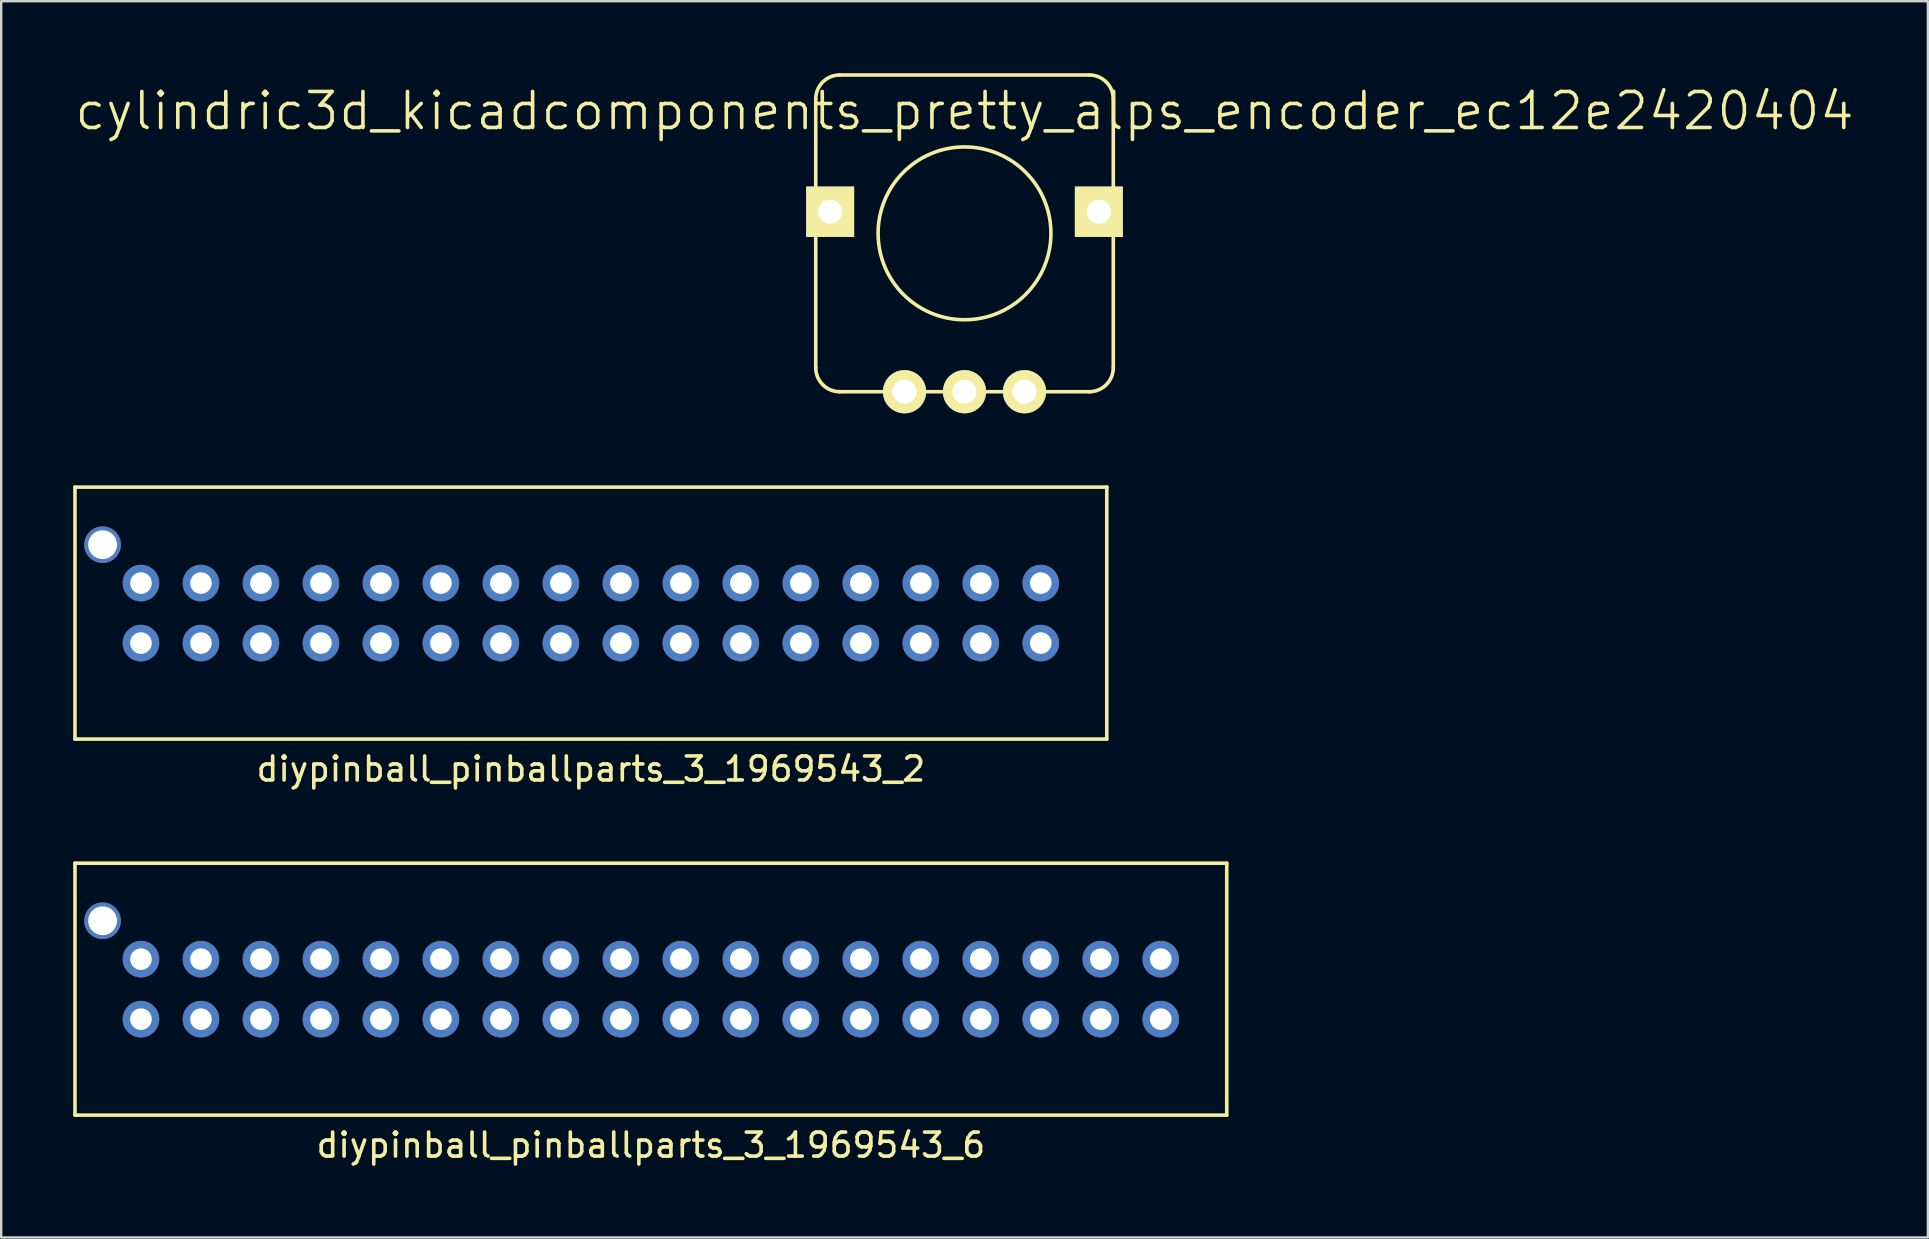
<source format=kicad_pcb>
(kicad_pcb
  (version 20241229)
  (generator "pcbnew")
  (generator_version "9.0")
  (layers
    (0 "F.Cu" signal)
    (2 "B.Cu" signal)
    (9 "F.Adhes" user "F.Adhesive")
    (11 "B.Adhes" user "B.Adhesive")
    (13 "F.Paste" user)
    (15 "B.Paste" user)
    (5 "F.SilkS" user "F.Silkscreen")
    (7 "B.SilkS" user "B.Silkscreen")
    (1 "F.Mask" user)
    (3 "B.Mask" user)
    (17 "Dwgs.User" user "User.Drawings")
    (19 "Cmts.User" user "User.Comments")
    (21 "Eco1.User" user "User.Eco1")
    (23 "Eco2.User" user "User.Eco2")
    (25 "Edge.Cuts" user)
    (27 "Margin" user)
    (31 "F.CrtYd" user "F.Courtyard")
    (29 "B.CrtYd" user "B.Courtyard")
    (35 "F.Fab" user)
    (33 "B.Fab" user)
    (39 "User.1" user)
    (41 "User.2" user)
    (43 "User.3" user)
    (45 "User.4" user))
  (footprint "diypinball_pinballparts_3_1969543_2"
    (layer "F.Cu")
    (at 21.575 22.5)
    (property "Reference" "diypinball_pinballparts_3_1969543_2" (at 0 6.5 0) (layer "F.SilkS") (effects (font (size 1 1) (thickness 0.15))))
    (attr through_hole)
    (fp_line (start -21.5 -5.25) (end 21.5 -5.25) (stroke (width 0.15) (type solid)) (layer "F.SilkS"))
    (fp_line (start -21.5 5.25) (end -21.5 -5.25) (stroke (width 0.15) (type solid)) (layer "F.SilkS"))
    (fp_line (start 21.5 -5.25) (end 21.5 5.25) (stroke (width 0.15) (type solid)) (layer "F.SilkS"))
    (fp_line (start 21.5 5.25) (end -21.5 5.25) (stroke (width 0.15) (type solid)) (layer "F.SilkS"))
    (pad "" np_thru_hole circle (at -20.35 -2.85) (size 1.524 1.524) (drill 1.2) (layers "*.Cu" "*.Mask"))
    (pad "1" thru_hole circle (at -18.75 -1.25) (size 1.524 1.524) (drill 0.9) (layers "*.Cu" "*.Mask"))
    (pad "2" thru_hole circle (at -18.75 1.25) (size 1.524 1.524) (drill 0.9) (layers "*.Cu" "*.Mask"))
    (pad "3" thru_hole circle (at -16.25 -1.25) (size 1.524 1.524) (drill 0.9) (layers "*.Cu" "*.Mask"))
    (pad "4" thru_hole circle (at -16.25 1.25) (size 1.524 1.524) (drill 0.9) (layers "*.Cu" "*.Mask"))
    (pad "5" thru_hole circle (at -13.75 -1.25) (size 1.524 1.524) (drill 0.9) (layers "*.Cu" "*.Mask"))
    (pad "6" thru_hole circle (at -13.75 1.25) (size 1.524 1.524) (drill 0.9) (layers "*.Cu" "*.Mask"))
    (pad "7" thru_hole circle (at -11.25 -1.25) (size 1.524 1.524) (drill 0.9) (layers "*.Cu" "*.Mask"))
    (pad "8" thru_hole circle (at -11.25 1.25) (size 1.524 1.524) (drill 0.9) (layers "*.Cu" "*.Mask"))
    (pad "9" thru_hole circle (at -8.75 -1.25) (size 1.524 1.524) (drill 0.9) (layers "*.Cu" "*.Mask"))
    (pad "10" thru_hole circle (at -8.75 1.25) (size 1.524 1.524) (drill 0.9) (layers "*.Cu" "*.Mask"))
    (pad "11" thru_hole circle (at -6.25 -1.25) (size 1.524 1.524) (drill 0.9) (layers "*.Cu" "*.Mask"))
    (pad "12" thru_hole circle (at -6.25 1.25) (size 1.524 1.524) (drill 0.9) (layers "*.Cu" "*.Mask"))
    (pad "13" thru_hole circle (at -3.75 -1.25) (size 1.524 1.524) (drill 0.9) (layers "*.Cu" "*.Mask"))
    (pad "14" thru_hole circle (at -3.75 1.25) (size 1.524 1.524) (drill 0.9) (layers "*.Cu" "*.Mask"))
    (pad "15" thru_hole circle (at -1.25 -1.25) (size 1.524 1.524) (drill 0.9) (layers "*.Cu" "*.Mask"))
    (pad "16" thru_hole circle (at -1.25 1.25) (size 1.524 1.524) (drill 0.9) (layers "*.Cu" "*.Mask"))
    (pad "17" thru_hole circle (at 1.25 -1.25) (size 1.524 1.524) (drill 0.9) (layers "*.Cu" "*.Mask"))
    (pad "18" thru_hole circle (at 1.25 1.25) (size 1.524 1.524) (drill 0.9) (layers "*.Cu" "*.Mask"))
    (pad "19" thru_hole circle (at 3.75 -1.25) (size 1.524 1.524) (drill 0.9) (layers "*.Cu" "*.Mask"))
    (pad "20" thru_hole circle (at 3.75 1.25) (size 1.524 1.524) (drill 0.9) (layers "*.Cu" "*.Mask"))
    (pad "21" thru_hole circle (at 6.25 -1.25) (size 1.524 1.524) (drill 0.9) (layers "*.Cu" "*.Mask"))
    (pad "22" thru_hole circle (at 6.25 1.25) (size 1.524 1.524) (drill 0.9) (layers "*.Cu" "*.Mask"))
    (pad "23" thru_hole circle (at 8.75 -1.25) (size 1.524 1.524) (drill 0.9) (layers "*.Cu" "*.Mask"))
    (pad "24" thru_hole circle (at 8.75 1.25) (size 1.524 1.524) (drill 0.9) (layers "*.Cu" "*.Mask"))
    (pad "25" thru_hole circle (at 11.25 -1.25) (size 1.524 1.524) (drill 0.9) (layers "*.Cu" "*.Mask"))
    (pad "26" thru_hole circle (at 11.25 1.25) (size 1.524 1.524) (drill 0.9) (layers "*.Cu" "*.Mask"))
    (pad "27" thru_hole circle (at 13.75 -1.25) (size 1.524 1.524) (drill 0.9) (layers "*.Cu" "*.Mask"))
    (pad "28" thru_hole circle (at 13.75 1.25) (size 1.524 1.524) (drill 0.9) (layers "*.Cu" "*.Mask"))
    (pad "29" thru_hole circle (at 16.25 -1.25) (size 1.524 1.524) (drill 0.9) (layers "*.Cu" "*.Mask"))
    (pad "30" thru_hole circle (at 16.25 1.25) (size 1.524 1.524) (drill 0.9) (layers "*.Cu" "*.Mask"))
    (pad "31" thru_hole circle (at 18.75 -1.25) (size 1.524 1.524) (drill 0.9) (layers "*.Cu" "*.Mask"))
    (pad "32" thru_hole circle (at 18.75 1.25) (size 1.524 1.524) (drill 0.9) (layers "*.Cu" "*.Mask")))
  (footprint "diypinball_pinballparts_3_1969543_6"
    (layer "F.Cu")
    (at 24.075 38.173)
    (property "Reference" "diypinball_pinballparts_3_1969543_6" (at 0 6.5 0) (layer "F.SilkS") (effects (font (size 1 1) (thickness 0.15))))
    (attr through_hole)
    (fp_line (start -24 -5.25) (end 24 -5.25) (stroke (width 0.15) (type solid)) (layer "F.SilkS"))
    (fp_line (start -24 5.25) (end -24 -5.25) (stroke (width 0.15) (type solid)) (layer "F.SilkS"))
    (fp_line (start 24 -5.25) (end 24 5.25) (stroke (width 0.15) (type solid)) (layer "F.SilkS"))
    (fp_line (start 24 5.25) (end -24 5.25) (stroke (width 0.15) (type solid)) (layer "F.SilkS"))
    (pad "" np_thru_hole circle (at -22.85 -2.85) (size 1.524 1.524) (drill 1.2) (layers "*.Cu" "*.Mask"))
    (pad "1" thru_hole circle (at -21.25 -1.25) (size 1.524 1.524) (drill 0.9) (layers "*.Cu" "*.Mask"))
    (pad "2" thru_hole circle (at -21.25 1.25) (size 1.524 1.524) (drill 0.9) (layers "*.Cu" "*.Mask"))
    (pad "3" thru_hole circle (at -18.75 -1.25) (size 1.524 1.524) (drill 0.9) (layers "*.Cu" "*.Mask"))
    (pad "4" thru_hole circle (at -18.75 1.25) (size 1.524 1.524) (drill 0.9) (layers "*.Cu" "*.Mask"))
    (pad "5" thru_hole circle (at -16.25 -1.25) (size 1.524 1.524) (drill 0.9) (layers "*.Cu" "*.Mask"))
    (pad "6" thru_hole circle (at -16.25 1.25) (size 1.524 1.524) (drill 0.9) (layers "*.Cu" "*.Mask"))
    (pad "7" thru_hole circle (at -13.75 -1.25) (size 1.524 1.524) (drill 0.9) (layers "*.Cu" "*.Mask"))
    (pad "8" thru_hole circle (at -13.75 1.25) (size 1.524 1.524) (drill 0.9) (layers "*.Cu" "*.Mask"))
    (pad "9" thru_hole circle (at -11.25 -1.25) (size 1.524 1.524) (drill 0.9) (layers "*.Cu" "*.Mask"))
    (pad "10" thru_hole circle (at -11.25 1.25) (size 1.524 1.524) (drill 0.9) (layers "*.Cu" "*.Mask"))
    (pad "11" thru_hole circle (at -8.75 -1.25) (size 1.524 1.524) (drill 0.9) (layers "*.Cu" "*.Mask"))
    (pad "12" thru_hole circle (at -8.75 1.25) (size 1.524 1.524) (drill 0.9) (layers "*.Cu" "*.Mask"))
    (pad "13" thru_hole circle (at -6.25 -1.25) (size 1.524 1.524) (drill 0.9) (layers "*.Cu" "*.Mask"))
    (pad "14" thru_hole circle (at -6.25 1.25) (size 1.524 1.524) (drill 0.9) (layers "*.Cu" "*.Mask"))
    (pad "15" thru_hole circle (at -3.75 -1.25) (size 1.524 1.524) (drill 0.9) (layers "*.Cu" "*.Mask"))
    (pad "16" thru_hole circle (at -3.75 1.25) (size 1.524 1.524) (drill 0.9) (layers "*.Cu" "*.Mask"))
    (pad "17" thru_hole circle (at -1.25 -1.25) (size 1.524 1.524) (drill 0.9) (layers "*.Cu" "*.Mask"))
    (pad "18" thru_hole circle (at -1.25 1.25) (size 1.524 1.524) (drill 0.9) (layers "*.Cu" "*.Mask"))
    (pad "19" thru_hole circle (at 1.25 -1.25) (size 1.524 1.524) (drill 0.9) (layers "*.Cu" "*.Mask"))
    (pad "20" thru_hole circle (at 1.25 1.25) (size 1.524 1.524) (drill 0.9) (layers "*.Cu" "*.Mask"))
    (pad "21" thru_hole circle (at 3.75 -1.25) (size 1.524 1.524) (drill 0.9) (layers "*.Cu" "*.Mask"))
    (pad "22" thru_hole circle (at 3.75 1.25) (size 1.524 1.524) (drill 0.9) (layers "*.Cu" "*.Mask"))
    (pad "23" thru_hole circle (at 6.25 -1.25) (size 1.524 1.524) (drill 0.9) (layers "*.Cu" "*.Mask"))
    (pad "24" thru_hole circle (at 6.25 1.25) (size 1.524 1.524) (drill 0.9) (layers "*.Cu" "*.Mask"))
    (pad "25" thru_hole circle (at 8.75 -1.25) (size 1.524 1.524) (drill 0.9) (layers "*.Cu" "*.Mask"))
    (pad "26" thru_hole circle (at 8.75 1.25) (size 1.524 1.524) (drill 0.9) (layers "*.Cu" "*.Mask"))
    (pad "27" thru_hole circle (at 11.25 -1.25) (size 1.524 1.524) (drill 0.9) (layers "*.Cu" "*.Mask"))
    (pad "28" thru_hole circle (at 11.25 1.25) (size 1.524 1.524) (drill 0.9) (layers "*.Cu" "*.Mask"))
    (pad "29" thru_hole circle (at 13.75 -1.25) (size 1.524 1.524) (drill 0.9) (layers "*.Cu" "*.Mask"))
    (pad "30" thru_hole circle (at 13.75 1.25) (size 1.524 1.524) (drill 0.9) (layers "*.Cu" "*.Mask"))
    (pad "31" thru_hole circle (at 16.25 -1.25) (size 1.524 1.524) (drill 0.9) (layers "*.Cu" "*.Mask"))
    (pad "32" thru_hole circle (at 16.25 1.25) (size 1.524 1.524) (drill 0.9) (layers "*.Cu" "*.Mask"))
    (pad "33" thru_hole circle (at 18.75 -1.25) (size 1.524 1.524) (drill 0.9) (layers "*.Cu" "*.Mask"))
    (pad "34" thru_hole circle (at 18.75 1.25) (size 1.524 1.524) (drill 0.9) (layers "*.Cu" "*.Mask"))
    (pad "35" thru_hole circle (at 21.25 -1.25) (size 1.524 1.524) (drill 0.9) (layers "*.Cu" "*.Mask"))
    (pad "36" thru_hole circle (at 21.25 1.25) (size 1.524 1.524) (drill 0.9) (layers "*.Cu" "*.Mask")))
  (footprint "cylindric3d_kicadcomponents_pretty_alps_encoder_ec12e2420404"
    (layer "F.Cu")
    (at 37.146 13.275)
    (property "Reference" "cylindric3d_kicadcomponents_pretty_alps_encoder_ec12e2420404" (at 0 -11.7 0) (layer "F.SilkS") (effects (font (size 1.5 1.5) (thickness 0.15))))
    (attr through_hole)
    (fp_line (start -6.2 -1) (end -6.2 -12.2) (stroke (width 0.15) (type solid)) (layer "F.SilkS"))
    (fp_line (start -5.2 -13.2) (end 5.2 -13.2) (stroke (width 0.15) (type solid)) (layer "F.SilkS"))
    (fp_line (start -5.2 0) (end 5.2 0) (stroke (width 0.15) (type solid)) (layer "F.SilkS"))
    (fp_line (start 6.2 -12.2) (end 6.2 -1) (stroke (width 0.15) (type solid)) (layer "F.SilkS"))
    (fp_arc (start -6.2 -12.2) (mid -5.907107 -12.907107) (end -5.2 -13.2) (stroke (width 0.15) (type solid)) (layer "F.SilkS"))
    (fp_arc (start -5.2 0) (mid -5.907107 -0.292893) (end -6.2 -1) (stroke (width 0.15) (type solid)) (layer "F.SilkS"))
    (fp_arc (start 5.2 -13.2) (mid 5.907107 -12.907107) (end 6.2 -12.2) (stroke (width 0.15) (type solid)) (layer "F.SilkS"))
    (fp_arc (start 6.2 -1) (mid 5.907107 -0.292893) (end 5.2 0) (stroke (width 0.15) (type solid)) (layer "F.SilkS"))
    (fp_circle (center 0 -6.6) (end 3.6 -6.5) (stroke (width 0.15) (type solid)) (fill no) (layer "F.SilkS"))
    (pad "" np_thru_hole rect (at -5.6 -7.5) (size 2 2.1) (drill 1) (layers "*.Cu" "*.Mask" "F.SilkS"))
    (pad "" np_thru_hole rect (at 5.6 -7.5) (size 2 2.1) (drill 1) (layers "*.Cu" "*.Mask" "F.SilkS"))
    (pad "A" thru_hole circle (at -2.5 0) (size 1.8 1.8) (drill 1) (layers "*.Cu" "*.Mask" "F.SilkS"))
    (pad "B" thru_hole circle (at 2.5 0) (size 1.8 1.8) (drill 1) (layers "*.Cu" "*.Mask" "F.SilkS"))
    (pad "C" thru_hole circle (at 0 0) (size 1.8 1.8) (drill 1) (layers "*.Cu" "*.Mask" "F.SilkS")))
  (gr_rect
    (start -3 -3)
    (end 77.293 48.522)
    (stroke (width 0.1) (type default))
    (fill no)
    (layer "Edge.Cuts")))
</source>
